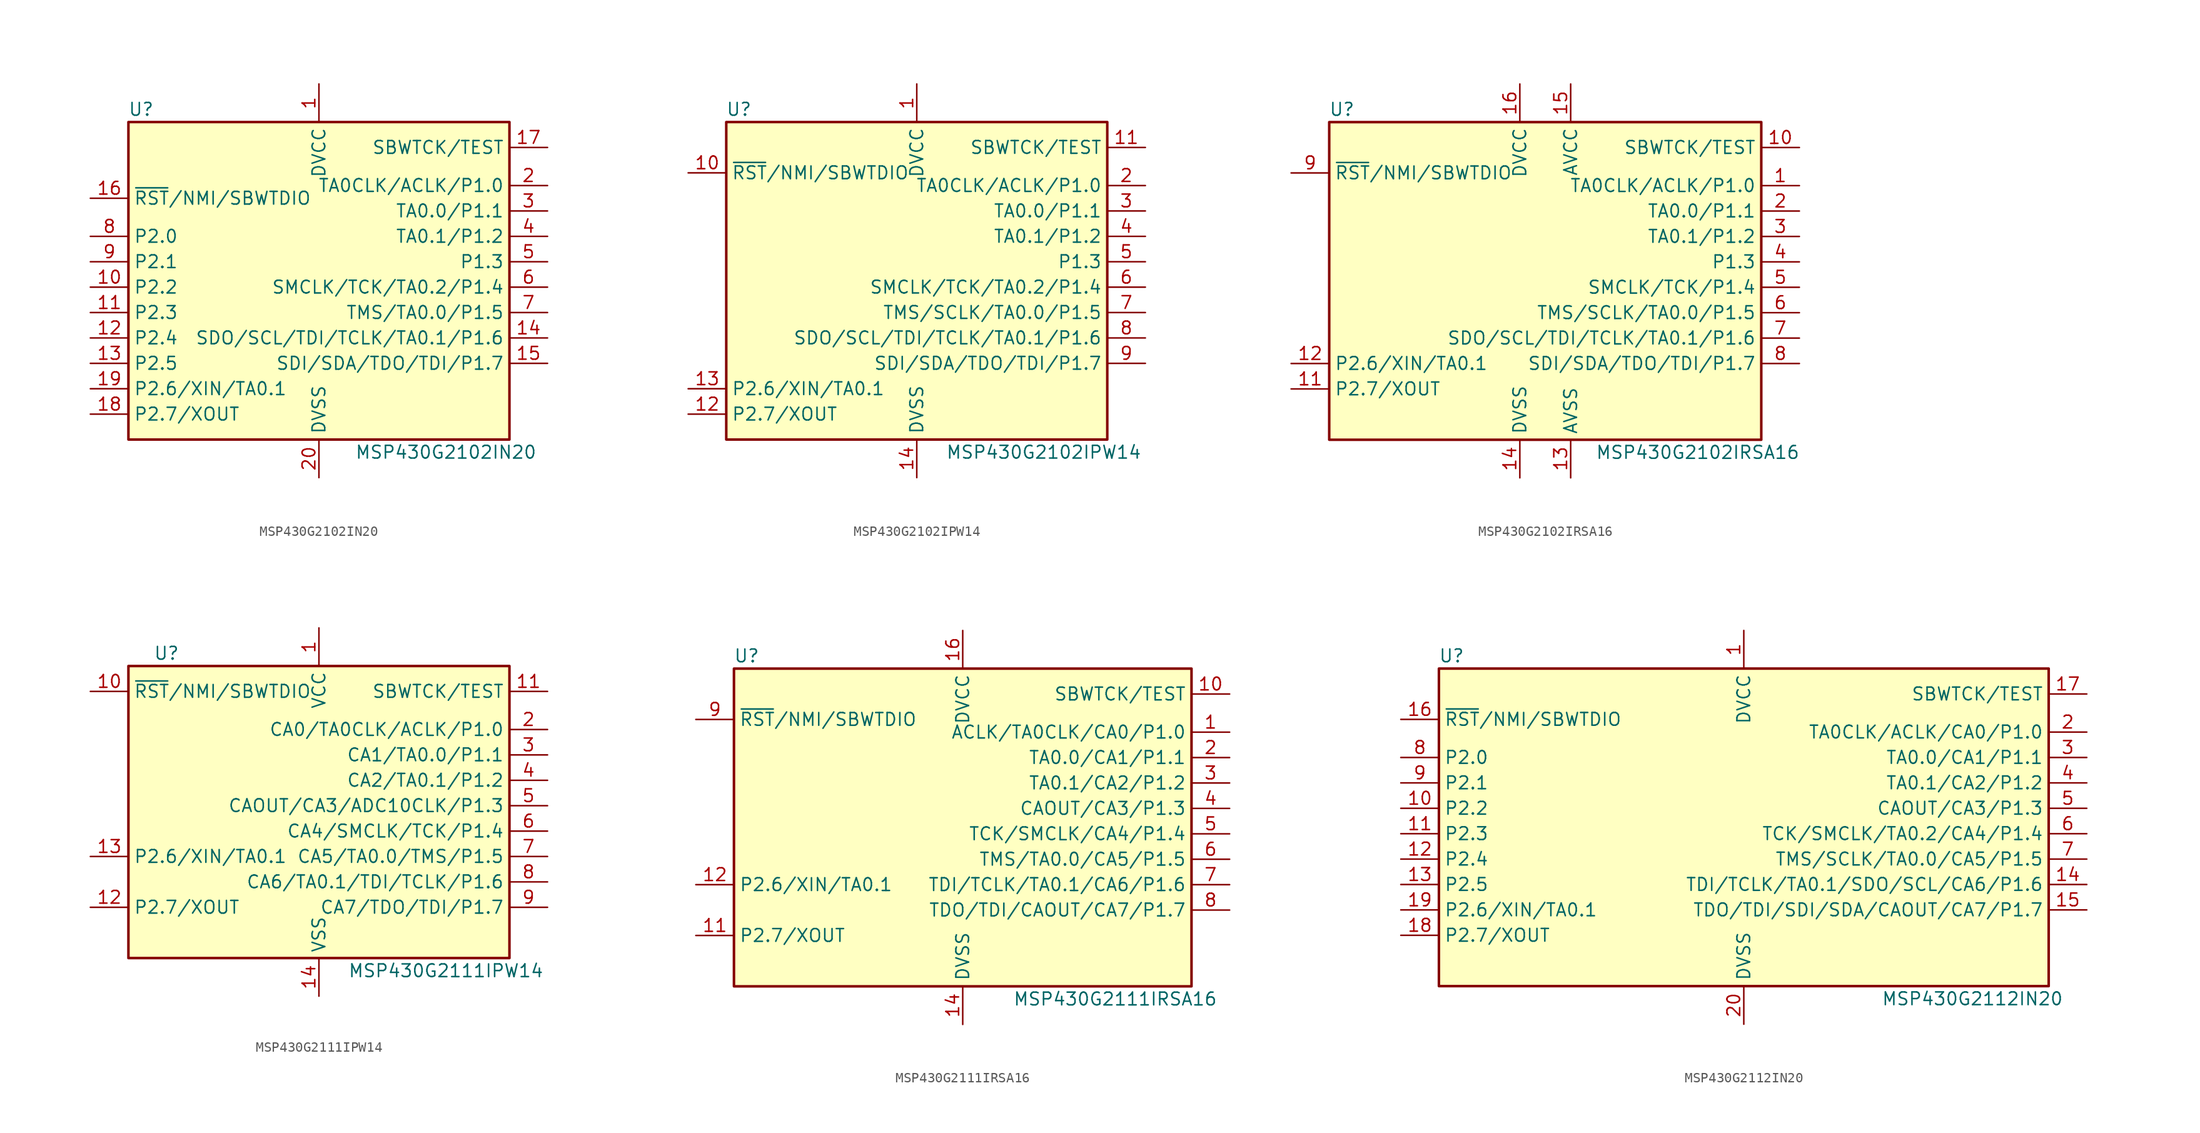
<source format=kicad_sym>
(kicad_symbol_lib
  (version 20241209)
  (generator "kicad_symbol_editor")
  (generator_version "9.0")
  (symbol "MSP430G2102IN20"
    (property "Reference" "U"
      (at -17.78 17.78 0)
      (effects (font (size 1.27 1.27))))
    (property "Value" "MSP430G2102IN20"
      (at 12.7 -16.51 0)
      (effects (font (size 1.27 1.27))))
    (symbol "MSP430G2102IN20_0_1"
      (rectangle (start -19.05 16.51) (end 19.05 -15.24) (stroke (width 0.254) (type default)) (fill (type background))))
    (symbol "MSP430G2102IN20_1_1"
      (pin input line (at -22.86 8.89 0) (length 3.81) (name "~{RST}/NMI/SBWTDIO" (effects (font (size 1.27 1.27)))) (number "16" (effects (font (size 1.27 1.27)))))
      (pin bidirectional line (at -22.86 5.08 0) (length 3.81) (name "P2.0" (effects (font (size 1.27 1.27)))) (number "8" (effects (font (size 1.27 1.27)))))
      (pin bidirectional line (at -22.86 2.54 0) (length 3.81) (name "P2.1" (effects (font (size 1.27 1.27)))) (number "9" (effects (font (size 1.27 1.27)))))
      (pin bidirectional line (at -22.86 0 0) (length 3.81) (name "P2.2" (effects (font (size 1.27 1.27)))) (number "10" (effects (font (size 1.27 1.27)))))
      (pin bidirectional line (at -22.86 -2.54 0) (length 3.81) (name "P2.3" (effects (font (size 1.27 1.27)))) (number "11" (effects (font (size 1.27 1.27)))))
      (pin bidirectional line (at -22.86 -5.08 0) (length 3.81) (name "P2.4" (effects (font (size 1.27 1.27)))) (number "12" (effects (font (size 1.27 1.27)))))
      (pin bidirectional line (at -22.86 -7.62 0) (length 3.81) (name "P2.5" (effects (font (size 1.27 1.27)))) (number "13" (effects (font (size 1.27 1.27)))))
      (pin bidirectional line (at -22.86 -10.16 0) (length 3.81) (name "P2.6/XIN/TA0.1" (effects (font (size 1.27 1.27)))) (number "19" (effects (font (size 1.27 1.27)))))
      (pin bidirectional line (at -22.86 -12.7 0) (length 3.81) (name "P2.7/XOUT" (effects (font (size 1.27 1.27)))) (number "18" (effects (font (size 1.27 1.27)))))
      (pin power_in line (at 0 20.32 270) (length 3.81) (name "DVCC" (effects (font (size 1.27 1.27)))) (number "1" (effects (font (size 1.27 1.27)))))
      (pin power_in line (at 0 -19.05 90) (length 3.81) (name "DVSS" (effects (font (size 1.27 1.27)))) (number "20" (effects (font (size 1.27 1.27)))))
      (pin input line (at 22.86 13.97 180) (length 3.81) (name "SBWTCK/TEST" (effects (font (size 1.27 1.27)))) (number "17" (effects (font (size 1.27 1.27)))))
      (pin bidirectional line (at 22.86 10.16 180) (length 3.81) (name "TA0CLK/ACLK/P1.0" (effects (font (size 1.27 1.27)))) (number "2" (effects (font (size 1.27 1.27)))))
      (pin bidirectional line (at 22.86 7.62 180) (length 3.81) (name "TA0.0/P1.1" (effects (font (size 1.27 1.27)))) (number "3" (effects (font (size 1.27 1.27)))))
      (pin bidirectional line (at 22.86 5.08 180) (length 3.81) (name "TA0.1/P1.2" (effects (font (size 1.27 1.27)))) (number "4" (effects (font (size 1.27 1.27)))))
      (pin bidirectional line (at 22.86 2.54 180) (length 3.81) (name "P1.3" (effects (font (size 1.27 1.27)))) (number "5" (effects (font (size 1.27 1.27)))))
      (pin bidirectional line (at 22.86 0 180) (length 3.81) (name "SMCLK/TCK/TA0.2/P1.4" (effects (font (size 1.27 1.27)))) (number "6" (effects (font (size 1.27 1.27)))))
      (pin bidirectional line (at 22.86 -2.54 180) (length 3.81) (name "TMS/TA0.0/P1.5" (effects (font (size 1.27 1.27)))) (number "7" (effects (font (size 1.27 1.27)))))
      (pin bidirectional line (at 22.86 -5.08 180) (length 3.81) (name "SDO/SCL/TDI/TCLK/TA0.1/P1.6" (effects (font (size 1.27 1.27)))) (number "14" (effects (font (size 1.27 1.27)))))
      (pin bidirectional line (at 22.86 -7.62 180) (length 3.81) (name "SDI/SDA/TDO/TDI/P1.7" (effects (font (size 1.27 1.27)))) (number "15" (effects (font (size 1.27 1.27)))))))
  (symbol "MSP430G2102IPW14"
    (property "Reference" "U"
      (at -17.78 17.78 0)
      (effects (font (size 1.27 1.27))))
    (property "Value" "MSP430G2102IPW14"
      (at 12.7 -16.51 0)
      (effects (font (size 1.27 1.27))))
    (symbol "MSP430G2102IPW14_0_1"
      (rectangle (start -19.05 16.51) (end 19.05 -15.24) (stroke (width 0.254) (type default)) (fill (type background))))
    (symbol "MSP430G2102IPW14_1_1"
      (pin input line (at -22.86 11.43 0) (length 3.81) (name "~{RST}/NMI/SBWTDIO" (effects (font (size 1.27 1.27)))) (number "10" (effects (font (size 1.27 1.27)))))
      (pin bidirectional line (at -22.86 -10.16 0) (length 3.81) (name "P2.6/XIN/TA0.1" (effects (font (size 1.27 1.27)))) (number "13" (effects (font (size 1.27 1.27)))))
      (pin bidirectional line (at -22.86 -12.7 0) (length 3.81) (name "P2.7/XOUT" (effects (font (size 1.27 1.27)))) (number "12" (effects (font (size 1.27 1.27)))))
      (pin power_in line (at 0 20.32 270) (length 3.81) (name "DVCC" (effects (font (size 1.27 1.27)))) (number "1" (effects (font (size 1.27 1.27)))))
      (pin power_in line (at 0 -19.05 90) (length 3.81) (name "DVSS" (effects (font (size 1.27 1.27)))) (number "14" (effects (font (size 1.27 1.27)))))
      (pin input line (at 22.86 13.97 180) (length 3.81) (name "SBWTCK/TEST" (effects (font (size 1.27 1.27)))) (number "11" (effects (font (size 1.27 1.27)))))
      (pin bidirectional line (at 22.86 10.16 180) (length 3.81) (name "TA0CLK/ACLK/P1.0" (effects (font (size 1.27 1.27)))) (number "2" (effects (font (size 1.27 1.27)))))
      (pin bidirectional line (at 22.86 7.62 180) (length 3.81) (name "TA0.0/P1.1" (effects (font (size 1.27 1.27)))) (number "3" (effects (font (size 1.27 1.27)))))
      (pin bidirectional line (at 22.86 5.08 180) (length 3.81) (name "TA0.1/P1.2" (effects (font (size 1.27 1.27)))) (number "4" (effects (font (size 1.27 1.27)))))
      (pin bidirectional line (at 22.86 2.54 180) (length 3.81) (name "P1.3" (effects (font (size 1.27 1.27)))) (number "5" (effects (font (size 1.27 1.27)))))
      (pin bidirectional line (at 22.86 0 180) (length 3.81) (name "SMCLK/TCK/TA0.2/P1.4" (effects (font (size 1.27 1.27)))) (number "6" (effects (font (size 1.27 1.27)))))
      (pin bidirectional line (at 22.86 -2.54 180) (length 3.81) (name "TMS/SCLK/TA0.0/P1.5" (effects (font (size 1.27 1.27)))) (number "7" (effects (font (size 1.27 1.27)))))
      (pin bidirectional line (at 22.86 -5.08 180) (length 3.81) (name "SDO/SCL/TDI/TCLK/TA0.1/P1.6" (effects (font (size 1.27 1.27)))) (number "8" (effects (font (size 1.27 1.27)))))
      (pin bidirectional line (at 22.86 -7.62 180) (length 3.81) (name "SDI/SDA/TDO/TDI/P1.7" (effects (font (size 1.27 1.27)))) (number "9" (effects (font (size 1.27 1.27)))))))
  (symbol "MSP430G2102IRSA16"
    (property "Reference" "U"
      (at -20.32 17.78 0)
      (effects (font (size 1.27 1.27))))
    (property "Value" "MSP430G2102IRSA16"
      (at 15.24 -16.51 0)
      (effects (font (size 1.27 1.27))))
    (symbol "MSP430G2102IRSA16_0_1"
      (rectangle (start -21.59 16.51) (end 21.59 -15.24) (stroke (width 0.254) (type default)) (fill (type background))))
    (symbol "MSP430G2102IRSA16_1_1"
      (pin input line (at -25.4 11.43 0) (length 3.81) (name "~{RST}/NMI/SBWTDIO" (effects (font (size 1.27 1.27)))) (number "9" (effects (font (size 1.27 1.27)))))
      (pin bidirectional line (at -25.4 -7.62 0) (length 3.81) (name "P2.6/XIN/TA0.1" (effects (font (size 1.27 1.27)))) (number "12" (effects (font (size 1.27 1.27)))))
      (pin bidirectional line (at -25.4 -10.16 0) (length 3.81) (name "P2.7/XOUT" (effects (font (size 1.27 1.27)))) (number "11" (effects (font (size 1.27 1.27)))))
      (pin power_in line (at -2.54 20.32 270) (length 3.81) (name "DVCC" (effects (font (size 1.27 1.27)))) (number "16" (effects (font (size 1.27 1.27)))))
      (pin power_in line (at -2.54 -19.05 90) (length 3.81) (name "DVSS" (effects (font (size 1.27 1.27)))) (number "14" (effects (font (size 1.27 1.27)))))
      (pin power_in line (at 2.54 20.32 270) (length 3.81) (name "AVCC" (effects (font (size 1.27 1.27)))) (number "15" (effects (font (size 1.27 1.27)))))
      (pin power_in line (at 2.54 -19.05 90) (length 3.81) (name "AVSS" (effects (font (size 1.27 1.27)))) (number "13" (effects (font (size 1.27 1.27)))))
      (pin input line (at 25.4 13.97 180) (length 3.81) (name "SBWTCK/TEST" (effects (font (size 1.27 1.27)))) (number "10" (effects (font (size 1.27 1.27)))))
      (pin bidirectional line (at 25.4 10.16 180) (length 3.81) (name "TA0CLK/ACLK/P1.0" (effects (font (size 1.27 1.27)))) (number "1" (effects (font (size 1.27 1.27)))))
      (pin bidirectional line (at 25.4 7.62 180) (length 3.81) (name "TA0.0/P1.1" (effects (font (size 1.27 1.27)))) (number "2" (effects (font (size 1.27 1.27)))))
      (pin bidirectional line (at 25.4 5.08 180) (length 3.81) (name "TA0.1/P1.2" (effects (font (size 1.27 1.27)))) (number "3" (effects (font (size 1.27 1.27)))))
      (pin bidirectional line (at 25.4 2.54 180) (length 3.81) (name "P1.3" (effects (font (size 1.27 1.27)))) (number "4" (effects (font (size 1.27 1.27)))))
      (pin bidirectional line (at 25.4 0 180) (length 3.81) (name "SMCLK/TCK/P1.4" (effects (font (size 1.27 1.27)))) (number "5" (effects (font (size 1.27 1.27)))))
      (pin bidirectional line (at 25.4 -2.54 180) (length 3.81) (name "TMS/SCLK/TA0.0/P1.5" (effects (font (size 1.27 1.27)))) (number "6" (effects (font (size 1.27 1.27)))))
      (pin bidirectional line (at 25.4 -5.08 180) (length 3.81) (name "SDO/SCL/TDI/TCLK/TA0.1/P1.6" (effects (font (size 1.27 1.27)))) (number "7" (effects (font (size 1.27 1.27)))))
      (pin bidirectional line (at 25.4 -7.62 180) (length 3.81) (name "SDI/SDA/TDO/TDI/P1.7" (effects (font (size 1.27 1.27)))) (number "8" (effects (font (size 1.27 1.27)))))))
  (symbol "MSP430G2111IPW14"
    (property "Reference" "U"
      (at -15.24 15.24 0)
      (effects (font (size 1.27 1.27))))
    (property "Value" "MSP430G2111IPW14"
      (at 12.7 -16.51 0)
      (effects (font (size 1.27 1.27))))
    (symbol "MSP430G2111IPW14_0_1"
      (rectangle (start -19.05 13.97) (end 19.05 -15.24) (stroke (width 0.254) (type default)) (fill (type background))))
    (symbol "MSP430G2111IPW14_1_1"
      (pin input line (at -22.86 11.43 0) (length 3.81) (name "~{RST}/NMI/SBWTDIO" (effects (font (size 1.27 1.27)))) (number "10" (effects (font (size 1.27 1.27)))))
      (pin bidirectional line (at -22.86 -5.08 0) (length 3.81) (name "P2.6/XIN/TA0.1" (effects (font (size 1.27 1.27)))) (number "13" (effects (font (size 1.27 1.27)))))
      (pin bidirectional line (at -22.86 -10.16 0) (length 3.81) (name "P2.7/XOUT" (effects (font (size 1.27 1.27)))) (number "12" (effects (font (size 1.27 1.27)))))
      (pin power_in line (at 0 17.78 270) (length 3.81) (name "VCC" (effects (font (size 1.27 1.27)))) (number "1" (effects (font (size 1.27 1.27)))))
      (pin power_in line (at 0 -19.05 90) (length 3.81) (name "VSS" (effects (font (size 1.27 1.27)))) (number "14" (effects (font (size 1.27 1.27)))))
      (pin input line (at 22.86 11.43 180) (length 3.81) (name "SBWTCK/TEST" (effects (font (size 1.27 1.27)))) (number "11" (effects (font (size 1.27 1.27)))))
      (pin bidirectional line (at 22.86 7.62 180) (length 3.81) (name "CA0/TA0CLK/ACLK/P1.0" (effects (font (size 1.27 1.27)))) (number "2" (effects (font (size 1.27 1.27)))))
      (pin bidirectional line (at 22.86 5.08 180) (length 3.81) (name "CA1/TA0.0/P1.1" (effects (font (size 1.27 1.27)))) (number "3" (effects (font (size 1.27 1.27)))))
      (pin bidirectional line (at 22.86 2.54 180) (length 3.81) (name "CA2/TA0.1/P1.2" (effects (font (size 1.27 1.27)))) (number "4" (effects (font (size 1.27 1.27)))))
      (pin bidirectional line (at 22.86 0 180) (length 3.81) (name "CAOUT/CA3/ADC10CLK/P1.3" (effects (font (size 1.27 1.27)))) (number "5" (effects (font (size 1.27 1.27)))))
      (pin bidirectional line (at 22.86 -2.54 180) (length 3.81) (name "CA4/SMCLK/TCK/P1.4" (effects (font (size 1.27 1.27)))) (number "6" (effects (font (size 1.27 1.27)))))
      (pin bidirectional line (at 22.86 -5.08 180) (length 3.81) (name "CA5/TA0.0/TMS/P1.5" (effects (font (size 1.27 1.27)))) (number "7" (effects (font (size 1.27 1.27)))))
      (pin bidirectional line (at 22.86 -7.62 180) (length 3.81) (name "CA6/TA0.1/TDI/TCLK/P1.6" (effects (font (size 1.27 1.27)))) (number "8" (effects (font (size 1.27 1.27)))))
      (pin bidirectional line (at 22.86 -10.16 180) (length 3.81) (name "CA7/TDO/TDI/P1.7" (effects (font (size 1.27 1.27)))) (number "9" (effects (font (size 1.27 1.27)))))))
  (symbol "MSP430G2111IRSA16"
    (property "Reference" "U"
      (at -21.59 17.78 0)
      (effects (font (size 1.27 1.27))))
    (property "Value" "MSP430G2111IRSA16"
      (at 15.24 -16.51 0)
      (effects (font (size 1.27 1.27))))
    (symbol "MSP430G2111IRSA16_0_1"
      (rectangle (start -22.86 16.51) (end 22.86 -15.24) (stroke (width 0.254) (type default)) (fill (type background))))
    (symbol "MSP430G2111IRSA16_1_1"
      (pin input line (at -26.67 11.43 0) (length 3.81) (name "~{RST}/NMI/SBWTDIO" (effects (font (size 1.27 1.27)))) (number "9" (effects (font (size 1.27 1.27)))))
      (pin bidirectional line (at -26.67 -5.08 0) (length 3.81) (name "P2.6/XIN/TA0.1" (effects (font (size 1.27 1.27)))) (number "12" (effects (font (size 1.27 1.27)))))
      (pin bidirectional line (at -26.67 -10.16 0) (length 3.81) (name "P2.7/XOUT" (effects (font (size 1.27 1.27)))) (number "11" (effects (font (size 1.27 1.27)))))
      (pin power_in line (at 0 20.32 270) (length 3.81) (name "DVCC" (effects (font (size 1.27 1.27)))) (number "16" (effects (font (size 1.27 1.27)))))
      (pin power_in line (at 0 -19.05 90) (length 3.81) (name "DVSS" (effects (font (size 1.27 1.27)))) (number "14" (effects (font (size 1.27 1.27)))))
      (pin input line (at 26.67 13.97 180) (length 3.81) (name "SBWTCK/TEST" (effects (font (size 1.27 1.27)))) (number "10" (effects (font (size 1.27 1.27)))))
      (pin bidirectional line (at 26.67 10.16 180) (length 3.81) (name "ACLK/TA0CLK/CA0/P1.0" (effects (font (size 1.27 1.27)))) (number "1" (effects (font (size 1.27 1.27)))))
      (pin bidirectional line (at 26.67 7.62 180) (length 3.81) (name "TA0.0/CA1/P1.1" (effects (font (size 1.27 1.27)))) (number "2" (effects (font (size 1.27 1.27)))))
      (pin bidirectional line (at 26.67 5.08 180) (length 3.81) (name "TA0.1/CA2/P1.2" (effects (font (size 1.27 1.27)))) (number "3" (effects (font (size 1.27 1.27)))))
      (pin bidirectional line (at 26.67 2.54 180) (length 3.81) (name "CAOUT/CA3/P1.3" (effects (font (size 1.27 1.27)))) (number "4" (effects (font (size 1.27 1.27)))))
      (pin bidirectional line (at 26.67 0 180) (length 3.81) (name "TCK/SMCLK/CA4/P1.4" (effects (font (size 1.27 1.27)))) (number "5" (effects (font (size 1.27 1.27)))))
      (pin bidirectional line (at 26.67 -2.54 180) (length 3.81) (name "TMS/TA0.0/CA5/P1.5" (effects (font (size 1.27 1.27)))) (number "6" (effects (font (size 1.27 1.27)))))
      (pin bidirectional line (at 26.67 -5.08 180) (length 3.81) (name "TDI/TCLK/TA0.1/CA6/P1.6" (effects (font (size 1.27 1.27)))) (number "7" (effects (font (size 1.27 1.27)))))
      (pin bidirectional line (at 26.67 -7.62 180) (length 3.81) (name "TDO/TDI/CAOUT/CA7/P1.7" (effects (font (size 1.27 1.27)))) (number "8" (effects (font (size 1.27 1.27)))))))
  (symbol "MSP430G2112IN20"
    (property "Reference" "U"
      (at -29.21 17.78 0)
      (effects (font (size 1.27 1.27))))
    (property "Value" "MSP430G2112IN20"
      (at 22.86 -16.51 0)
      (effects (font (size 1.27 1.27))))
    (symbol "MSP430G2112IN20_0_1"
      (rectangle (start -30.48 16.51) (end 30.48 -15.24) (stroke (width 0.254) (type default)) (fill (type background))))
    (symbol "MSP430G2112IN20_1_1"
      (pin input line (at -34.29 11.43 0) (length 3.81) (name "~{RST}/NMI/SBWTDIO" (effects (font (size 1.27 1.27)))) (number "16" (effects (font (size 1.27 1.27)))))
      (pin bidirectional line (at -34.29 7.62 0) (length 3.81) (name "P2.0" (effects (font (size 1.27 1.27)))) (number "8" (effects (font (size 1.27 1.27)))))
      (pin bidirectional line (at -34.29 5.08 0) (length 3.81) (name "P2.1" (effects (font (size 1.27 1.27)))) (number "9" (effects (font (size 1.27 1.27)))))
      (pin bidirectional line (at -34.29 2.54 0) (length 3.81) (name "P2.2" (effects (font (size 1.27 1.27)))) (number "10" (effects (font (size 1.27 1.27)))))
      (pin bidirectional line (at -34.29 0 0) (length 3.81) (name "P2.3" (effects (font (size 1.27 1.27)))) (number "11" (effects (font (size 1.27 1.27)))))
      (pin bidirectional line (at -34.29 -2.54 0) (length 3.81) (name "P2.4" (effects (font (size 1.27 1.27)))) (number "12" (effects (font (size 1.27 1.27)))))
      (pin bidirectional line (at -34.29 -5.08 0) (length 3.81) (name "P2.5" (effects (font (size 1.27 1.27)))) (number "13" (effects (font (size 1.27 1.27)))))
      (pin bidirectional line (at -34.29 -7.62 0) (length 3.81) (name "P2.6/XIN/TA0.1" (effects (font (size 1.27 1.27)))) (number "19" (effects (font (size 1.27 1.27)))))
      (pin bidirectional line (at -34.29 -10.16 0) (length 3.81) (name "P2.7/XOUT" (effects (font (size 1.27 1.27)))) (number "18" (effects (font (size 1.27 1.27)))))
      (pin power_in line (at 0 20.32 270) (length 3.81) (name "DVCC" (effects (font (size 1.27 1.27)))) (number "1" (effects (font (size 1.27 1.27)))))
      (pin power_in line (at 0 -19.05 90) (length 3.81) (name "DVSS" (effects (font (size 1.27 1.27)))) (number "20" (effects (font (size 1.27 1.27)))))
      (pin input line (at 34.29 13.97 180) (length 3.81) (name "SBWTCK/TEST" (effects (font (size 1.27 1.27)))) (number "17" (effects (font (size 1.27 1.27)))))
      (pin bidirectional line (at 34.29 10.16 180) (length 3.81) (name "TA0CLK/ACLK/CA0/P1.0" (effects (font (size 1.27 1.27)))) (number "2" (effects (font (size 1.27 1.27)))))
      (pin bidirectional line (at 34.29 7.62 180) (length 3.81) (name "TA0.0/CA1/P1.1" (effects (font (size 1.27 1.27)))) (number "3" (effects (font (size 1.27 1.27)))))
      (pin bidirectional line (at 34.29 5.08 180) (length 3.81) (name "TA0.1/CA2/P1.2" (effects (font (size 1.27 1.27)))) (number "4" (effects (font (size 1.27 1.27)))))
      (pin bidirectional line (at 34.29 2.54 180) (length 3.81) (name "CAOUT/CA3/P1.3" (effects (font (size 1.27 1.27)))) (number "5" (effects (font (size 1.27 1.27)))))
      (pin bidirectional line (at 34.29 0 180) (length 3.81) (name "TCK/SMCLK/TA0.2/CA4/P1.4" (effects (font (size 1.27 1.27)))) (number "6" (effects (font (size 1.27 1.27)))))
      (pin bidirectional line (at 34.29 -2.54 180) (length 3.81) (name "TMS/SCLK/TA0.0/CA5/P1.5" (effects (font (size 1.27 1.27)))) (number "7" (effects (font (size 1.27 1.27)))))
      (pin bidirectional line (at 34.29 -5.08 180) (length 3.81) (name "TDI/TCLK/TA0.1/SDO/SCL/CA6/P1.6" (effects (font (size 1.27 1.27)))) (number "14" (effects (font (size 1.27 1.27)))))
      (pin bidirectional line (at 34.29 -7.62 180) (length 3.81) (name "TDO/TDI/SDI/SDA/CAOUT/CA7/P1.7" (effects (font (size 1.27 1.27)))) (number "15" (effects (font (size 1.27 1.27))))))))
</source>
